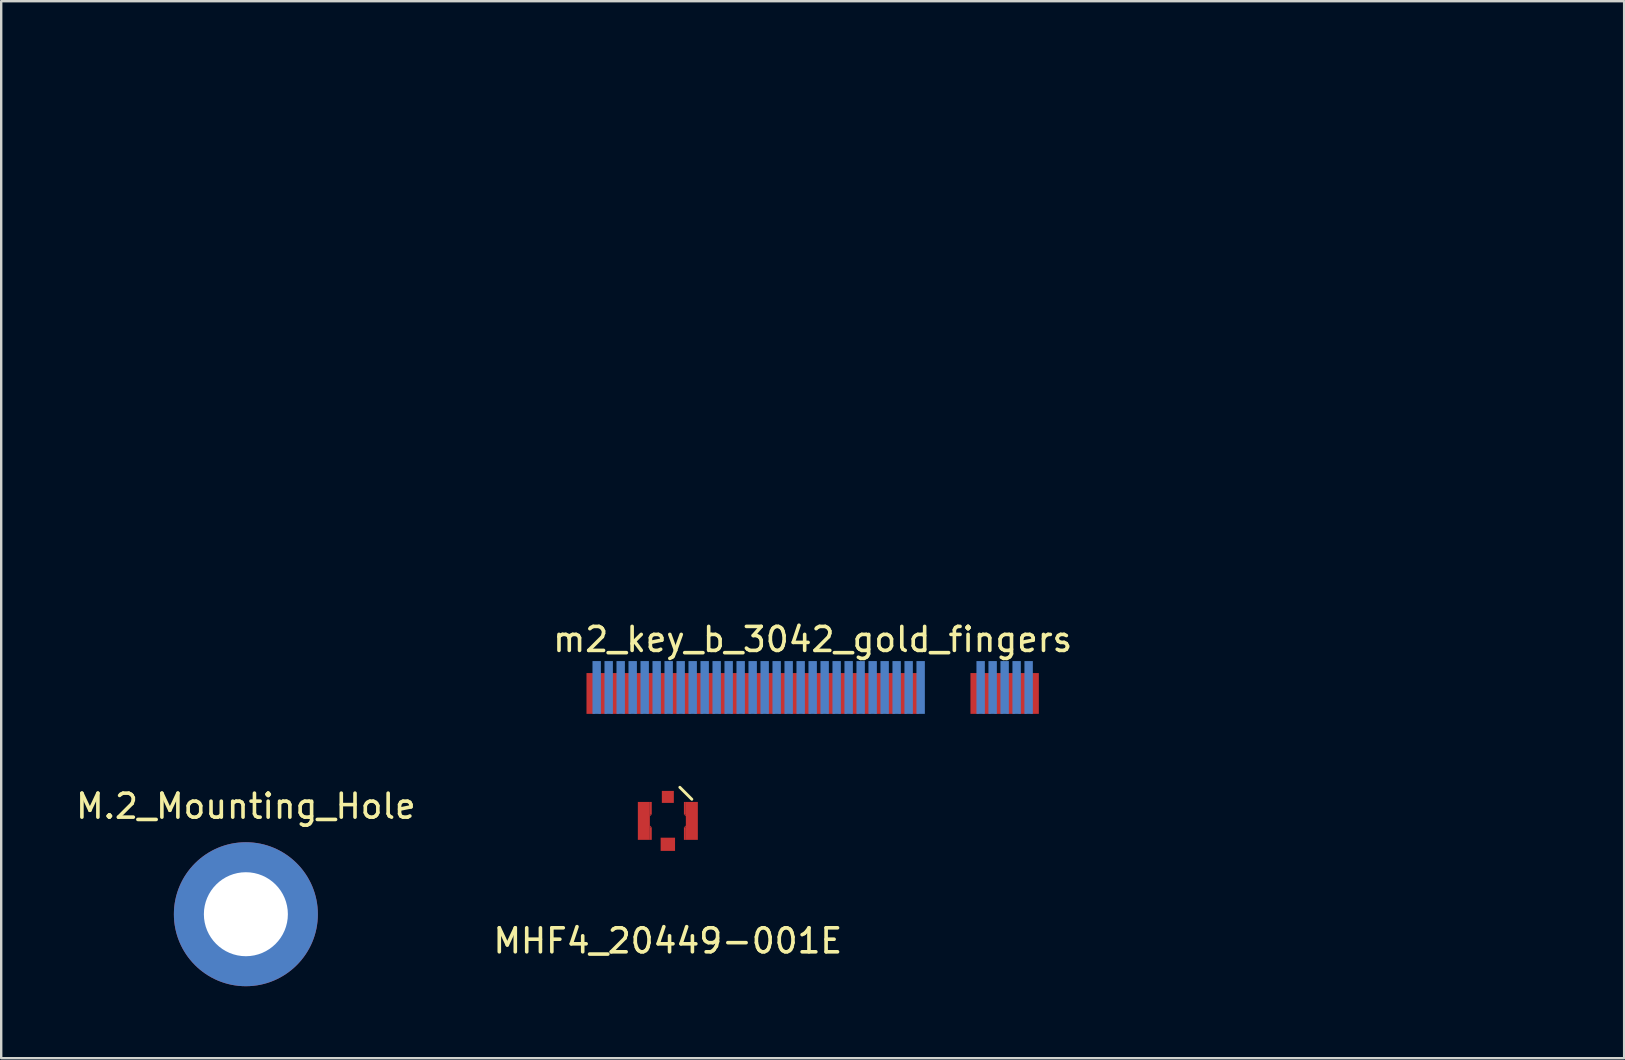
<source format=kicad_pcb>
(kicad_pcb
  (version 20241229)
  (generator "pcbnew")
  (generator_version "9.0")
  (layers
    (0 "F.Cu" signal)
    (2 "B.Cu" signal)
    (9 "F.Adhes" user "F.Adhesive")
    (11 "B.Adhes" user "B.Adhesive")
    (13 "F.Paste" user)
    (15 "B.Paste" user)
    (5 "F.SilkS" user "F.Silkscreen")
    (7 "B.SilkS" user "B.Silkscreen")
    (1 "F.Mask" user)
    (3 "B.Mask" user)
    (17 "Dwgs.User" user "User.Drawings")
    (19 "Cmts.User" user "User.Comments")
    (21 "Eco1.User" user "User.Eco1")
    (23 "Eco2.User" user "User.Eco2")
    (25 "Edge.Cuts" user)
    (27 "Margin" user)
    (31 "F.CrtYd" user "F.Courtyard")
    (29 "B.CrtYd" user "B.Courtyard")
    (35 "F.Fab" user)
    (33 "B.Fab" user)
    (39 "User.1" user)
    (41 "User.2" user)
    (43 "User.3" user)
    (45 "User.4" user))
  (footprint "M.2_Mounting_Hole"
    (layer "F.Cu")
    (at 7.196 35.047)
    (property "Reference" "M.2_Mounting_Hole" (at 0 -4.5 0) (layer "F.SilkS") (effects (font (size 1 1) (thickness 0.15))))
    (attr through_hole)
    (fp_arc (start -2.25 0) (mid 0 -2.25) (end 2.25 0) (stroke (width 1) (type solid)) (layer "F.Mask"))
    (fp_line (start -2.375 -1) (end -2.375 0) (stroke (width 1.25) (type solid)) (layer "B.Mask"))
    (fp_line (start 2.375 -1) (end 2.375 0) (stroke (width 1.25) (type solid)) (layer "B.Mask"))
    (fp_arc (start -2.375 -1) (mid 0 -3.375) (end 2.375 -1) (stroke (width 1.25) (type solid)) (layer "B.Mask"))
    (fp_arc (start -2.25 0) (mid 0 -2.25) (end 2.25 0) (stroke (width 1) (type solid)) (layer "B.Mask"))
    (pad "1" thru_hole circle (at 0 0) (size 6 6) (drill 3.5) (layers "*.Cu" "*.Mask")))
  (footprint "m2_key_b_3042_gold_fingers"
    (layer "F.Cu")
    (at 30.815 25.848)
    (property "Reference" "m2_key_b_3042_gold_fingers" (at 0 -2.25 0) (layer "F.SilkS") (effects (font (size 1 1) (thickness 0.15))))
    (attr through_hole)
    (fp_text user "height: 1.7mm top (odd), 2.2mm height bot (even)" (at 0 -19 0) (layer "Eco1.User") (effects (font (size 1 1) (thickness 0.15))))
    (fp_text user "Figure 97 - edge of PCB to far edge of pad 2.0mm top 2.5mm bot" (at 0 -12 0) (layer "Eco1.User") (effects (font (size 1 1) (thickness 0.15))))
    (fp_text user "Dimensions of pins:" (at 0 -23 0) (layer "Eco1.User") (effects (font (size 1 1) (thickness 0.15))))
    (fp_text user "pitch: 0.5mm" (at 0 -17 0) (layer "Eco1.User") (effects (font (size 1 1) (thickness 0.15))))
    (fp_text user "Since the pin height isn't explicity given anywhere, it needed to be ascertained" (at 0 -25 0) (layer "Eco1.User") (effects (font (size 1 1) (thickness 0.15))))
    (fp_text user "spacing: 0.15mm" (at 0 -15 0) (layer "Eco1.User") (effects (font (size 1 1) (thickness 0.15))))
    (fp_text user "          - agrees with figures 16 and 17" (at -9.25 -10.5 0) (layer "Eco1.User") (effects (font (size 1 1) (thickness 0.15))))
    (fp_text user "therefore: 1.7mm height top, 2.2mm height bot" (at 0 -6.5 0) (layer "Eco1.User") (effects (font (size 1 1) (thickness 0.15))))
    (fp_text user "width: 0.35mm" (at 0 -21 0) (layer "Eco1.User") (effects (font (size 1 1) (thickness 0.15))))
    (fp_text user "Figure 15 - edge of PCB to close edge of pad 0.3 mm top & bot" (at 0 -8.5 0) (layer "Eco1.User") (effects (font (size 1 1) (thickness 0.15))))
    (pad "1" smd rect (at 9.25 0 270) (size 1.7 0.35) (layers "F.Cu" "F.Mask"))
    (pad "2" smd rect (at 9 -0.25 270) (size 2.2 0.35) (layers "B.Cu" "B.Mask"))
    (pad "3" smd rect (at 8.75 0 270) (size 1.7 0.35) (layers "F.Cu" "F.Mask"))
    (pad "4" smd rect (at 8.5 -0.25 270) (size 2.2 0.35) (layers "B.Cu" "B.Mask"))
    (pad "5" smd rect (at 8.25 0 270) (size 1.7 0.35) (layers "F.Cu" "F.Mask"))
    (pad "6" smd rect (at 8 -0.25 270) (size 2.2 0.35) (layers "B.Cu" "B.Mask"))
    (pad "7" smd rect (at 7.75 0 270) (size 1.7 0.35) (layers "F.Cu" "F.Mask"))
    (pad "8" smd rect (at 7.5 -0.25 270) (size 2.2 0.35) (layers "B.Cu" "B.Mask"))
    (pad "9" smd rect (at 7.25 0 270) (size 1.7 0.35) (layers "F.Cu" "F.Mask"))
    (pad "10" smd rect (at 7 -0.25 270) (size 2.2 0.35) (layers "B.Cu" "B.Mask"))
    (pad "11" smd rect (at 6.75 0 270) (size 1.7 0.35) (layers "F.Cu" "F.Mask"))
    (pad "20" smd rect (at 4.5 -0.25 270) (size 2.2 0.35) (layers "B.Cu" "B.Mask"))
    (pad "21" smd rect (at 4.25 0 270) (size 1.7 0.35) (layers "F.Cu" "F.Mask"))
    (pad "22" smd rect (at 4 -0.25 270) (size 2.2 0.35) (layers "B.Cu" "B.Mask"))
    (pad "23" smd rect (at 3.75 0 270) (size 1.7 0.35) (layers "F.Cu" "F.Mask"))
    (pad "24" smd rect (at 3.5 -0.25 270) (size 2.2 0.35) (layers "B.Cu" "B.Mask"))
    (pad "25" smd rect (at 3.25 0 270) (size 1.7 0.35) (layers "F.Cu" "F.Mask"))
    (pad "26" smd rect (at 3 -0.25 270) (size 2.2 0.35) (layers "B.Cu" "B.Mask"))
    (pad "27" smd rect (at 2.75 0 270) (size 1.7 0.35) (layers "F.Cu" "F.Mask"))
    (pad "28" smd rect (at 2.5 -0.25 270) (size 2.2 0.35) (layers "B.Cu" "B.Mask"))
    (pad "29" smd rect (at 2.25 0 270) (size 1.7 0.35) (layers "F.Cu" "F.Mask"))
    (pad "30" smd rect (at 2 -0.25 270) (size 2.2 0.35) (layers "B.Cu" "B.Mask"))
    (pad "31" smd rect (at 1.75 0 270) (size 1.7 0.35) (layers "F.Cu" "F.Mask"))
    (pad "32" smd rect (at 1.5 -0.25 270) (size 2.2 0.35) (layers "B.Cu" "B.Mask"))
    (pad "33" smd rect (at 1.25 0 270) (size 1.7 0.35) (layers "F.Cu" "F.Mask"))
    (pad "34" smd rect (at 1 -0.25 270) (size 2.2 0.35) (layers "B.Cu" "B.Mask"))
    (pad "35" smd rect (at 0.75 0 270) (size 1.7 0.35) (layers "F.Cu" "F.Mask"))
    (pad "36" smd rect (at 0.5 -0.25 270) (size 2.2 0.35) (layers "B.Cu" "B.Mask"))
    (pad "37" smd rect (at 0.25 0 270) (size 1.7 0.35) (layers "F.Cu" "F.Mask"))
    (pad "38" smd rect (at 0 -0.25 270) (size 2.2 0.35) (layers "B.Cu" "B.Mask"))
    (pad "39" smd rect (at -0.25 0 270) (size 1.7 0.35) (layers "F.Cu" "F.Mask"))
    (pad "40" smd rect (at -0.5 -0.25 270) (size 2.2 0.35) (layers "B.Cu" "B.Mask"))
    (pad "41" smd rect (at -0.75 0 270) (size 1.7 0.35) (layers "F.Cu" "F.Mask"))
    (pad "42" smd rect (at -1 -0.25 270) (size 2.2 0.35) (layers "B.Cu" "B.Mask"))
    (pad "43" smd rect (at -1.25 0 270) (size 1.7 0.35) (layers "F.Cu" "F.Mask"))
    (pad "44" smd rect (at -1.5 -0.25 270) (size 2.2 0.35) (layers "B.Cu" "B.Mask"))
    (pad "45" smd rect (at -1.75 0 270) (size 1.7 0.35) (layers "F.Cu" "F.Mask"))
    (pad "46" smd rect (at -2 -0.25 270) (size 2.2 0.35) (layers "B.Cu" "B.Mask"))
    (pad "47" smd rect (at -2.25 0 270) (size 1.7 0.35) (layers "F.Cu" "F.Mask"))
    (pad "48" smd rect (at -2.5 -0.25 270) (size 2.2 0.35) (layers "B.Cu" "B.Mask"))
    (pad "49" smd rect (at -2.75 0 270) (size 1.7 0.35) (layers "F.Cu" "F.Mask"))
    (pad "50" smd rect (at -3 -0.25 270) (size 2.2 0.35) (layers "B.Cu" "B.Mask"))
    (pad "51" smd rect (at -3.25 0 270) (size 1.7 0.35) (layers "F.Cu" "F.Mask"))
    (pad "52" smd rect (at -3.5 -0.25 270) (size 2.2 0.35) (layers "B.Cu" "B.Mask"))
    (pad "53" smd rect (at -3.75 0 270) (size 1.7 0.35) (layers "F.Cu" "F.Mask"))
    (pad "54" smd rect (at -4 -0.25 270) (size 2.2 0.35) (layers "B.Cu" "B.Mask"))
    (pad "55" smd rect (at -4.25 0 270) (size 1.7 0.35) (layers "F.Cu" "F.Mask"))
    (pad "56" smd rect (at -4.5 -0.25 270) (size 2.2 0.35) (layers "B.Cu" "B.Mask"))
    (pad "57" smd rect (at -4.75 0 270) (size 1.7 0.35) (layers "F.Cu" "F.Mask"))
    (pad "58" smd rect (at -5 -0.25 270) (size 2.2 0.35) (layers "B.Cu" "B.Mask"))
    (pad "59" smd rect (at -5.25 0 270) (size 1.7 0.35) (layers "F.Cu" "F.Mask"))
    (pad "60" smd rect (at -5.5 -0.25 270) (size 2.2 0.35) (layers "B.Cu" "B.Mask"))
    (pad "61" smd rect (at -5.75 0 270) (size 1.7 0.35) (layers "F.Cu" "F.Mask"))
    (pad "62" smd rect (at -6 -0.25 270) (size 2.2 0.35) (layers "B.Cu" "B.Mask"))
    (pad "63" smd rect (at -6.25 0 270) (size 1.7 0.35) (layers "F.Cu" "F.Mask"))
    (pad "64" smd rect (at -6.5 -0.25 270) (size 2.2 0.35) (layers "B.Cu" "B.Mask"))
    (pad "65" smd rect (at -6.75 0 270) (size 1.7 0.35) (layers "F.Cu" "F.Mask"))
    (pad "66" smd rect (at -7 -0.25 270) (size 2.2 0.35) (layers "B.Cu" "B.Mask"))
    (pad "67" smd rect (at -7.25 0 270) (size 1.7 0.35) (layers "F.Cu" "F.Mask"))
    (pad "68" smd rect (at -7.5 -0.25 270) (size 2.2 0.35) (layers "B.Cu" "B.Mask"))
    (pad "69" smd rect (at -7.75 0 270) (size 1.7 0.35) (layers "F.Cu" "F.Mask"))
    (pad "70" smd rect (at -8 -0.25 270) (size 2.2 0.35) (layers "B.Cu" "B.Mask"))
    (pad "71" smd rect (at -8.25 0 270) (size 1.7 0.35) (layers "F.Cu" "F.Mask"))
    (pad "72" smd rect (at -8.5 -0.25 270) (size 2.2 0.35) (layers "B.Cu" "B.Mask"))
    (pad "73" smd rect (at -8.75 0 270) (size 1.7 0.35) (layers "F.Cu" "F.Mask"))
    (pad "74" smd rect (at -9 -0.25 270) (size 2.2 0.35) (layers "B.Cu" "B.Mask"))
    (pad "75" smd rect (at -9.25 0 270) (size 1.7 0.35) (layers "F.Cu" "F.Mask")))
  (footprint "MHF4_20449-001E"
    (layer "F.Cu")
    (at 24.78 31.158)
    (property "Reference" "MHF4_20449-001E" (at 0 5 0) (layer "F.SilkS") (effects (font (size 1 1) (thickness 0.15))))
    (attr smd)
    (fp_line (start 1 -0.9) (end 0.5 -1.4) (stroke (width 0.12) (type solid)) (layer "F.SilkS"))
    (pad "1" smd rect (at 0 0.975) (size 0.6 0.55) (layers "F.Cu" "F.Mask" "F.Paste"))
    (pad "2" smd rect (at -1 0) (size 0.5 1.58) (layers "F.Cu" "F.Mask" "F.Paste"))
    (pad "2" smd trapezoid (at -0.73 -0.25 45) (size 0.057 0.057) (rect_delta 0 0.057) (layers "F.Cu" "F.Mask" "F.Paste"))
    (pad "2" smd trapezoid (at -0.73 0.25 135) (size 0.057 0.057) (rect_delta 0 0.057) (layers "F.Cu" "F.Mask" "F.Paste"))
    (pad "2" smd trapezoid (at -0.71 -0.53) (size 0.08 0.52) (layers "F.Cu" "F.Mask" "F.Paste"))
    (pad "2" smd trapezoid (at -0.71 0.53) (size 0.08 0.52) (layers "F.Cu" "F.Mask" "F.Paste"))
    (pad "2" smd rect (at 0 -1) (size 0.5 0.5) (layers "F.Cu" "F.Mask" "F.Paste"))
    (pad "2" smd trapezoid (at 0.71 -0.53) (size 0.08 0.52) (layers "F.Cu" "F.Mask" "F.Paste"))
    (pad "2" smd trapezoid (at 0.71 0.53) (size 0.08 0.52) (layers "F.Cu" "F.Mask" "F.Paste"))
    (pad "2" smd trapezoid (at 0.73 -0.25 315) (size 0.057 0.057) (rect_delta 0 0.057) (layers "F.Cu" "F.Mask" "F.Paste"))
    (pad "2" smd trapezoid (at 0.73 0.25 225) (size 0.057 0.057) (rect_delta 0 0.057) (layers "F.Cu" "F.Mask" "F.Paste"))
    (pad "2" smd rect (at 1 0) (size 0.5 1.58) (layers "F.Cu" "F.Mask" "F.Paste")))
  (gr_rect
    (start -3 -3)
    (end 64.631 41.047)
    (stroke (width 0.1) (type default))
    (fill no)
    (layer "Edge.Cuts")))
</source>
